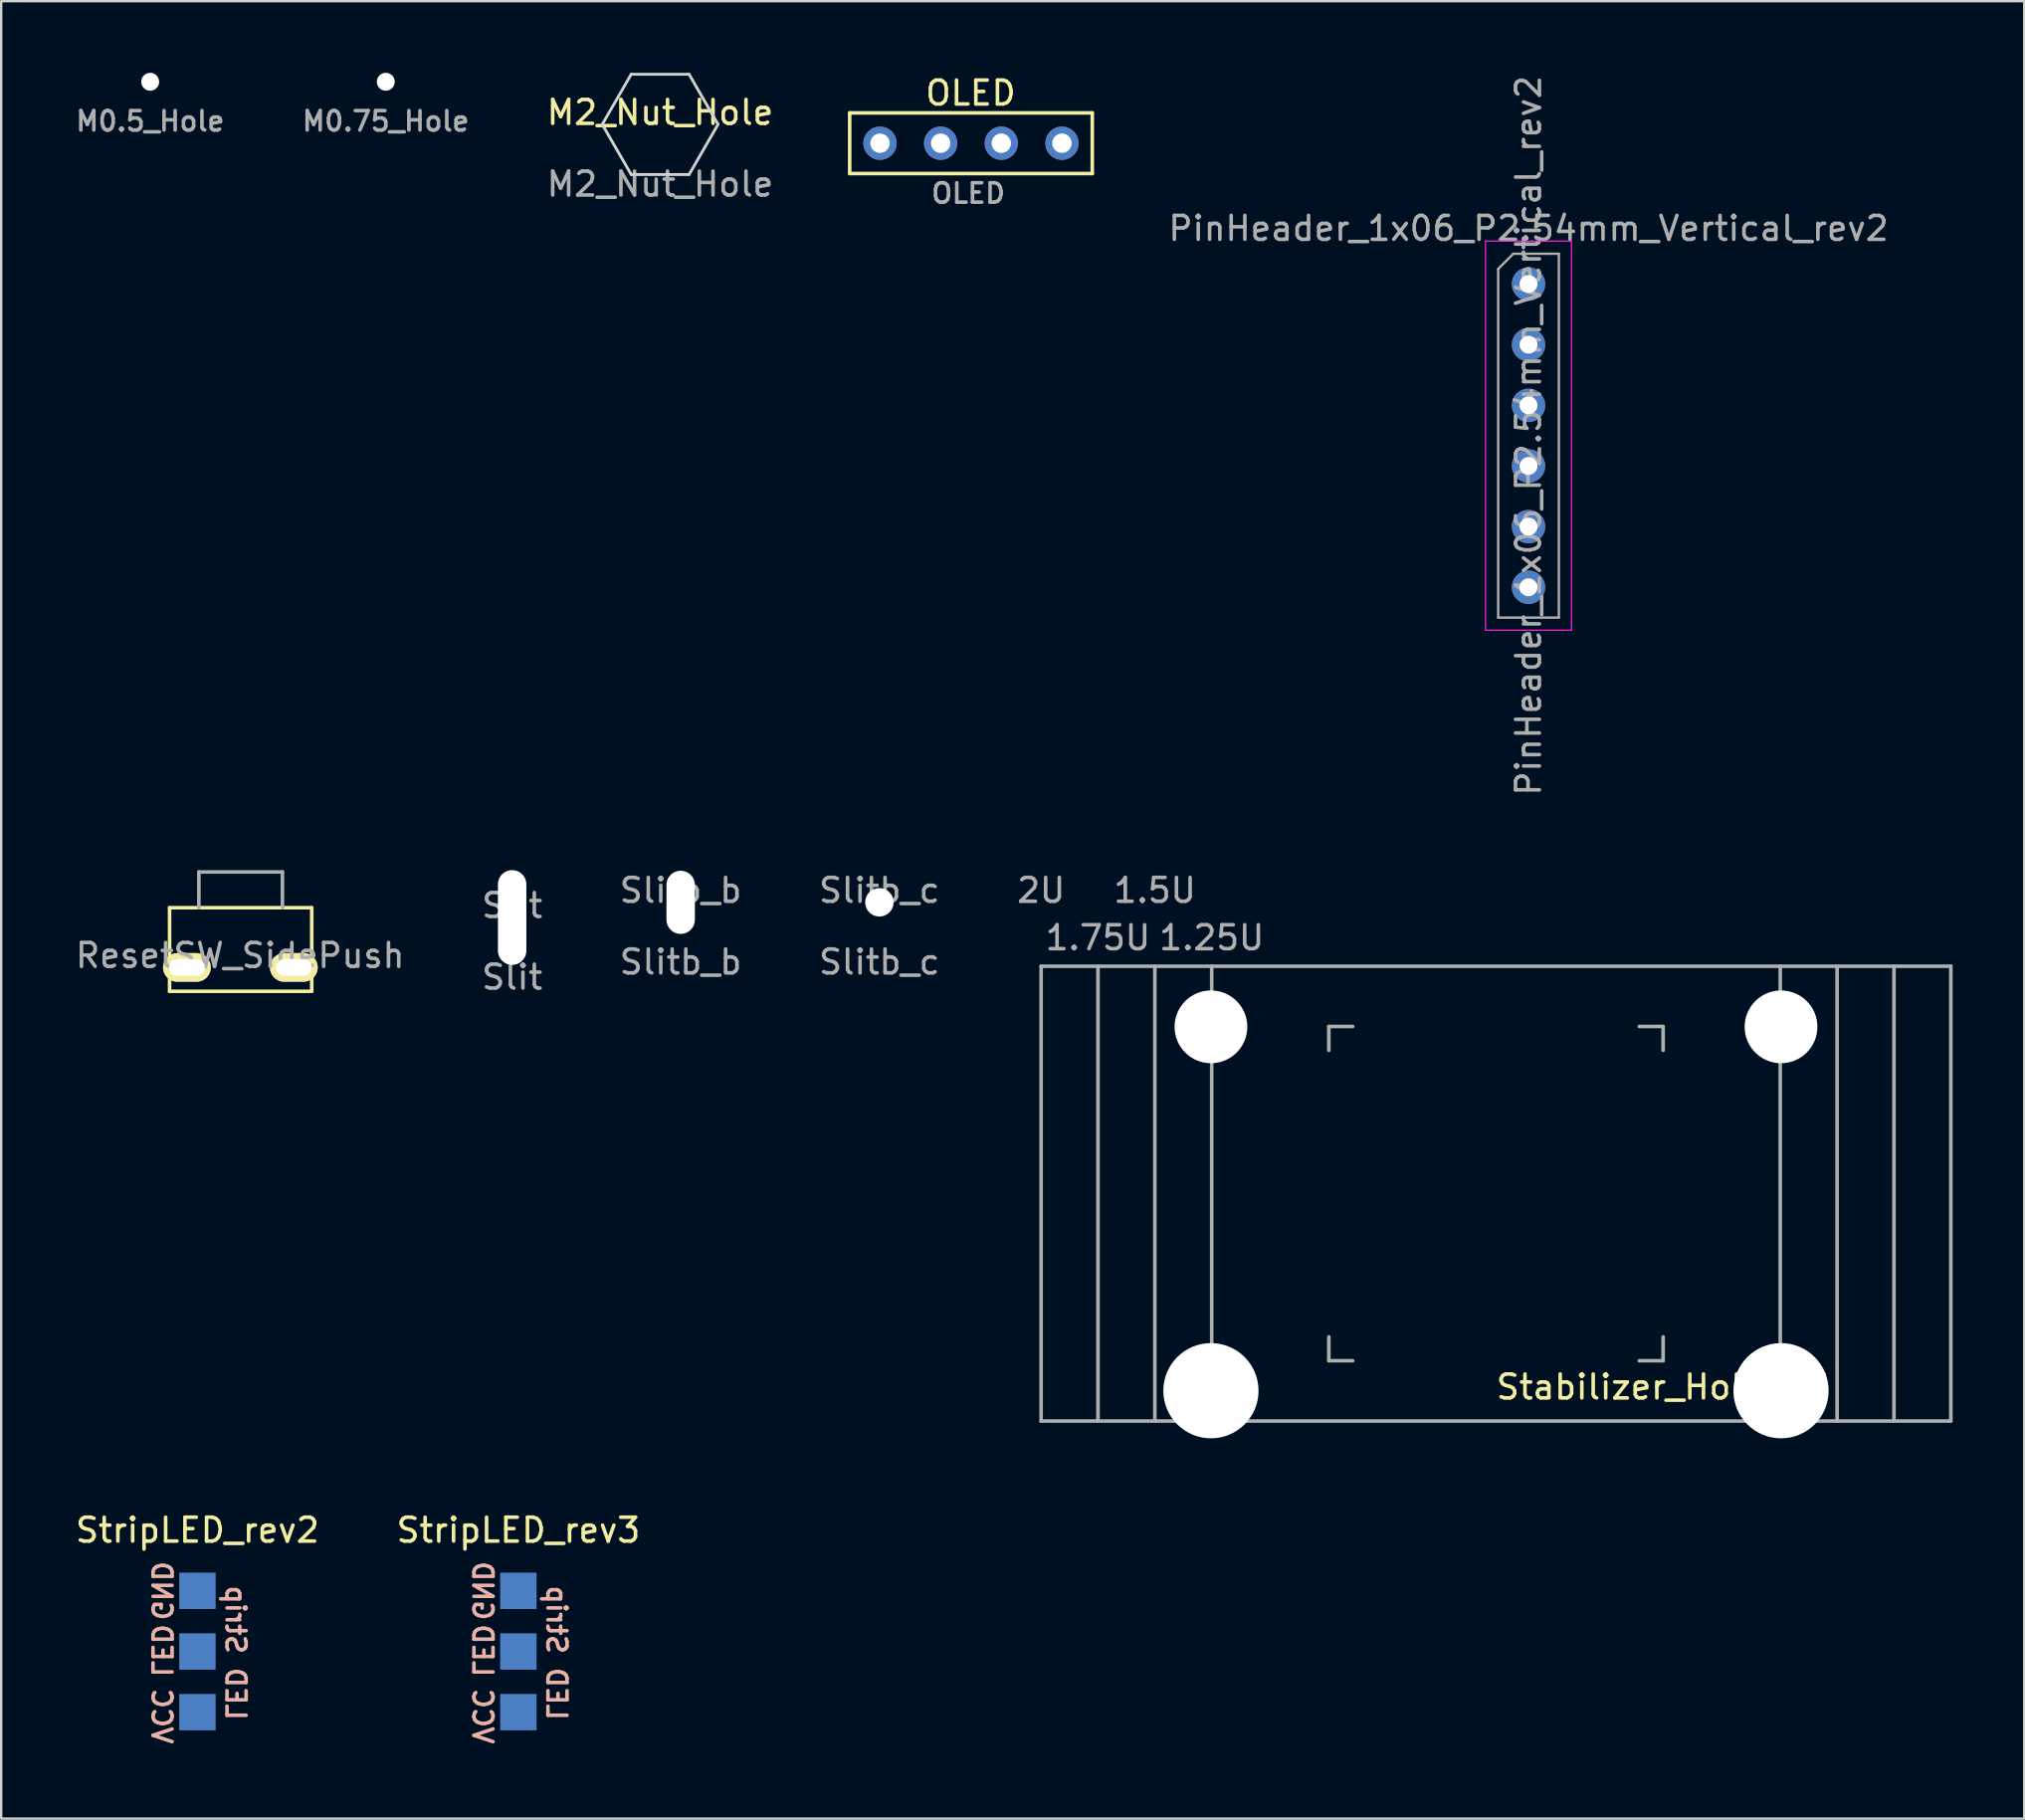
<source format=kicad_pcb>
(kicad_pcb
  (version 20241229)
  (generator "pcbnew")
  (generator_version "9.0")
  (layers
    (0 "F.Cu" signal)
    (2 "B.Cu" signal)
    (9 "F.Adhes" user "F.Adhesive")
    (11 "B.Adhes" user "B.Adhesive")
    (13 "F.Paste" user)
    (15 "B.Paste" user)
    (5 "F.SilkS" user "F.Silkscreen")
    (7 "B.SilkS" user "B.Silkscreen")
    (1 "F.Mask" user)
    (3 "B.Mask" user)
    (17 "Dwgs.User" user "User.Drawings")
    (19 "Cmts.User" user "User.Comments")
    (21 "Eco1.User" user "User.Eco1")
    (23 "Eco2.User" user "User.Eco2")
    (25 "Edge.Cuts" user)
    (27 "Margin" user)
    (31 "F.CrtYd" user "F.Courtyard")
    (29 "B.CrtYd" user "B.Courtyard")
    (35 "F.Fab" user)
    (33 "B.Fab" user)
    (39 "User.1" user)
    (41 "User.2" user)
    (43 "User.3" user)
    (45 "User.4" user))
  (footprint "PinHeader_1x06_P2.54mm_Vertical_rev2"
    (layer "F.Cu")
    (at 60.967 8.846)
    (property "Reference" "PinHeader_1x06_P2.54mm_Vertical_rev2" (at 0 -2.33 0) (layer "F.Fab") (effects (font (size 1 1) (thickness 0.15))))
    (fp_line (start -1.8 -1.8) (end -1.8 14.5) (stroke (width 0.05) (type solid)) (layer "F.CrtYd"))
    (fp_line (start -1.8 14.5) (end 1.8 14.5) (stroke (width 0.05) (type solid)) (layer "F.CrtYd"))
    (fp_line (start 1.8 -1.8) (end -1.8 -1.8) (stroke (width 0.05) (type solid)) (layer "F.CrtYd"))
    (fp_line (start 1.8 14.5) (end 1.8 -1.8) (stroke (width 0.05) (type solid)) (layer "F.CrtYd"))
    (fp_line (start -1.27 -0.635) (end -0.635 -1.27) (stroke (width 0.1) (type solid)) (layer "F.Fab"))
    (fp_line (start -1.27 13.97) (end -1.27 -0.635) (stroke (width 0.1) (type solid)) (layer "F.Fab"))
    (fp_line (start -0.635 -1.27) (end 1.27 -1.27) (stroke (width 0.1) (type solid)) (layer "F.Fab"))
    (fp_line (start 1.27 -1.27) (end 1.27 13.97) (stroke (width 0.1) (type solid)) (layer "F.Fab"))
    (fp_line (start 1.27 13.97) (end -1.27 13.97) (stroke (width 0.1) (type solid)) (layer "F.Fab"))
    (fp_text user "${REFERENCE}" (at 0 6.35 90) (layer "F.Fab") (effects (font (size 1 1) (thickness 0.15))))
    (pad "1" thru_hole circle (at 0 0) (size 1.4 1.4) (drill 0.75) (layers "*.Cu" "*.Mask"))
    (pad "2" thru_hole circle (at 0 2.54) (size 1.4 1.4) (drill 0.75) (layers "*.Cu" "*.Mask"))
    (pad "3" thru_hole circle (at 0 5.08) (size 1.4 1.4) (drill 0.75) (layers "*.Cu" "*.Mask"))
    (pad "4" thru_hole circle (at 0 7.62) (size 1.4 1.4) (drill 0.75) (layers "*.Cu" "*.Mask"))
    (pad "5" thru_hole circle (at 0 10.16) (size 1.4 1.4) (drill 0.75) (layers "*.Cu" "*.Mask"))
    (pad "6" thru_hole circle (at 0 12.7) (size 1.4 1.4) (drill 0.75) (layers "*.Cu" "*.Mask")))
  (footprint "OLED"
    (layer "F.Cu")
    (at 33.806 2.948)
    (property "Reference" "OLED" (at 3.7 2.1 180) (layer "F.Fab") (effects (font (size 0.813 0.813) (thickness 0.15))))
    (attr through_hole)
    (fp_line (start -1.27 -1.27) (end 8.89 -1.27) (stroke (width 0.15) (type solid)) (layer "F.SilkS"))
    (fp_line (start -1.27 1.27) (end -1.27 -1.27) (stroke (width 0.15) (type solid)) (layer "F.SilkS"))
    (fp_line (start -1.27 1.27) (end 8.89 1.27) (stroke (width 0.15) (type solid)) (layer "F.SilkS"))
    (fp_line (start 8.89 -1.27) (end 8.89 1.27) (stroke (width 0.15) (type solid)) (layer "F.SilkS"))
    (fp_text user "OLED" (at 3.8 -2.1 0) (layer "F.SilkS") (effects (font (size 1 1) (thickness 0.15))))
    (pad "1" thru_hole circle (at 0 0) (size 1.397 1.397) (drill 0.813) (layers "*.Cu" "*.Mask"))
    (pad "2" thru_hole circle (at 2.54 0) (size 1.397 1.397) (drill 0.813) (layers "*.Cu" "*.Mask"))
    (pad "3" thru_hole circle (at 5.08 0) (size 1.397 1.397) (drill 0.813) (layers "*.Cu" "*.Mask"))
    (pad "4" thru_hole circle (at 7.62 0) (size 1.397 1.397) (drill 0.813) (layers "*.Cu" "*.Mask")))
  (footprint "Slit"
    (layer "F.Cu")
    (at 18.399 35.377)
    (property "Reference" "Slit" (at 0 -0.5 0) (unlocked yes) (layer "F.Fab") (effects (font (size 1 1) (thickness 0.15))))
    (fp_text user "${REFERENCE}" (at 0 2.5 0) (unlocked yes) (layer "F.Fab") (effects (font (size 1 1) (thickness 0.15))))
    (pad "" np_thru_hole oval (at 0 0) (size 1.191 3.969) (drill oval 1.191 3.969) (layers "*.Cu" "*.Mask")))
  (footprint "Slitb_c"
    (layer "F.Cu")
    (at 33.78 34.741)
    (property "Reference" "Slitb_c" (at 0 -0.5 0) (unlocked yes) (layer "F.Fab") (effects (font (size 1 1) (thickness 0.15))))
    (fp_text user "${REFERENCE}" (at 0 2.5 0) (unlocked yes) (layer "F.Fab") (effects (font (size 1 1) (thickness 0.15))))
    (pad "" np_thru_hole circle (at 0 0) (size 1.191 1.191) (drill 1.191) (layers "*.Cu" "*.Mask")))
  (footprint "StripLED_rev2"
    (layer "F.Cu")
    (at 5.22 63.578)
    (property "Reference" "StripLED_rev2" (at 0 -2.54 0) (layer "F.SilkS") (effects (font (size 1 1) (thickness 0.15))))
    (attr through_hole)
    (fp_text user "LED Strip" (at 1.6 2.6 270) (unlocked yes) (layer "B.SilkS") (effects (font (size 0.8 0.8) (thickness 0.15)) (justify mirror)))
    (fp_text user "GND" (at -1.5 0 270) (unlocked yes) (layer "B.SilkS") (effects (font (size 0.8 0.8) (thickness 0.15)) (justify mirror)))
    (fp_text user "LED" (at -1.5 2.5 270) (unlocked yes) (layer "B.SilkS") (effects (font (size 0.8 0.8) (thickness 0.15)) (justify mirror)))
    (fp_text user "VCC" (at -1.5 5.25 270) (unlocked yes) (layer "B.SilkS") (effects (font (size 0.8 0.8) (thickness 0.15)) (justify mirror)))
    (pad "1" smd rect (at 0 5.08) (size 1.524 1.524) (layers "B.Cu" "B.Mask" "B.Paste"))
    (pad "2" smd rect (at 0 2.54) (size 1.524 1.524) (layers "B.Cu" "B.Mask" "B.Paste"))
    (pad "3" smd rect (at 0 0) (size 1.524 1.524) (layers "B.Cu" "B.Mask" "B.Paste")))
  (footprint "ResetSW_SidePush"
    (layer "F.Cu")
    (at 7.029 37.468)
    (property "Reference" "ResetSW_SidePush" (at -0.023 -0.5 0) (unlocked yes) (layer "F.Fab") (effects (font (size 1 1) (thickness 0.15))))
    (fp_line (start -2.977 -2.5) (end 2.977 -2.5) (stroke (width 0.15) (type solid)) (layer "F.SilkS"))
    (fp_line (start -2.977 1) (end -2.977 -2.5) (stroke (width 0.15) (type solid)) (layer "F.SilkS"))
    (fp_line (start 2.977 -2.5) (end 2.977 1) (stroke (width 0.15) (type solid)) (layer "F.SilkS"))
    (fp_line (start 2.977 1) (end -2.977 1) (stroke (width 0.15) (type solid)) (layer "F.SilkS"))
    (fp_line (start -1.75 -4) (end 1.75 -4) (stroke (width 0.15) (type solid)) (layer "F.Fab"))
    (fp_line (start -1.75 -2.5) (end -1.75 -4) (stroke (width 0.15) (type solid)) (layer "F.Fab"))
    (fp_line (start 1.75 -4) (end 1.75 -2.5) (stroke (width 0.15) (type solid)) (layer "F.Fab"))
    (pad "1" thru_hole oval (at 2.227 0) (size 2 1.2) (drill oval 1.5 0.7) (layers "*.Cu" "*.Mask" "F.SilkS"))
    (pad "2" thru_hole oval (at -2.25 0) (size 2 1.2) (drill oval 1.5 0.7) (layers "*.Cu" "*.Mask" "F.SilkS")))
  (footprint "Stabilizer_Hole_2U"
    (layer "F.Cu")
    (at 59.604 46.941)
    (property "Reference" "Stabilizer_Hole_2U" (at 7 8.1 0) (layer "F.SilkS") (effects (font (size 1 1) (thickness 0.15))))
    (attr through_hole)
    (fp_line (start -19.05 -9.525) (end -19.05 9.525) (stroke (width 0.15) (type solid)) (layer "F.Fab"))
    (fp_line (start -19.05 -9.525) (end 19.05 -9.525) (stroke (width 0.15) (type solid)) (layer "F.Fab"))
    (fp_line (start -19.05 9.525) (end 19.05 9.525) (stroke (width 0.15) (type solid)) (layer "F.Fab"))
    (fp_line (start -16.669 -9.525) (end -16.669 9.525) (stroke (width 0.15) (type solid)) (layer "F.Fab"))
    (fp_line (start -14.287 -9.525) (end -14.287 9.525) (stroke (width 0.15) (type solid)) (layer "F.Fab"))
    (fp_line (start -11.906 -9.525) (end -11.906 9.525) (stroke (width 0.15) (type solid)) (layer "F.Fab"))
    (fp_line (start -7 -7) (end -7 -6) (stroke (width 0.15) (type solid)) (layer "F.Fab"))
    (fp_line (start -7 6) (end -7 7) (stroke (width 0.15) (type solid)) (layer "F.Fab"))
    (fp_line (start -7 7) (end -6 7) (stroke (width 0.15) (type solid)) (layer "F.Fab"))
    (fp_line (start -6 -7) (end -7 -7) (stroke (width 0.15) (type solid)) (layer "F.Fab"))
    (fp_line (start 6 -7) (end 7 -7) (stroke (width 0.15) (type solid)) (layer "F.Fab"))
    (fp_line (start 6 7) (end 7 7) (stroke (width 0.15) (type solid)) (layer "F.Fab"))
    (fp_line (start 7 -7) (end 7 -6) (stroke (width 0.15) (type solid)) (layer "F.Fab"))
    (fp_line (start 7 7) (end 7 6) (stroke (width 0.15) (type solid)) (layer "F.Fab"))
    (fp_line (start 11.906 -9.525) (end 11.906 9.525) (stroke (width 0.15) (type solid)) (layer "F.Fab"))
    (fp_line (start 14.287 -9.525) (end 14.287 9.525) (stroke (width 0.15) (type solid)) (layer "F.Fab"))
    (fp_line (start 16.669 -9.525) (end 16.669 9.525) (stroke (width 0.15) (type solid)) (layer "F.Fab"))
    (fp_line (start 19.05 -9.525) (end 19.05 9.525) (stroke (width 0.15) (type solid)) (layer "F.Fab"))
    (fp_text user "2U" (at -19.05 -12.7 0) (layer "F.Fab") (effects (font (size 1 1) (thickness 0.15))))
    (fp_text user "1.5U" (at -14.287 -12.7 0) (layer "F.Fab") (effects (font (size 1 1) (thickness 0.15))))
    (fp_text user "1.25U" (at -11.906 -10.716 0) (layer "F.Fab") (effects (font (size 1 1) (thickness 0.15))))
    (fp_text user "1.75U" (at -16.669 -10.716 0) (layer "F.Fab") (effects (font (size 1 1) (thickness 0.15))))
    (pad "" np_thru_hole circle (at -11.938 -6.985) (size 3.048 3.048) (drill 3.048) (layers "*.Cu" "*.Mask"))
    (pad "" np_thru_hole circle (at -11.938 8.255) (size 3.988 3.988) (drill 3.988) (layers "*.Cu" "*.Mask"))
    (pad "" np_thru_hole circle (at 11.938 -6.985) (size 3.048 3.048) (drill 3.048) (layers "*.Cu" "*.Mask"))
    (pad "" np_thru_hole circle (at 11.938 8.255) (size 3.988 3.988) (drill 3.988) (layers "*.Cu" "*.Mask")))
  (footprint "Slitb_b"
    (layer "F.Cu")
    (at 25.458 34.741)
    (property "Reference" "Slitb_b" (at 0 -0.5 0) (unlocked yes) (layer "F.Fab") (effects (font (size 1 1) (thickness 0.15))))
    (fp_text user "${REFERENCE}" (at 0 2.5 0) (unlocked yes) (layer "F.Fab") (effects (font (size 1 1) (thickness 0.15))))
    (pad "" np_thru_hole oval (at 0 0) (size 1.191 2.646) (drill oval 1.191 2.646) (layers "*.Cu" "*.Mask")))
  (footprint "StripLED_rev3"
    (layer "F.Cu")
    (at 18.661 66.118)
    (property "Reference" "StripLED_rev3" (at 0 -5.08 0) (layer "F.SilkS") (effects (font (size 1 1) (thickness 0.15))))
    (attr through_hole)
    (fp_text user "VCC" (at -1.5 2.71 270) (unlocked yes) (layer "B.SilkS") (effects (font (size 0.8 0.8) (thickness 0.15)) (justify mirror)))
    (fp_text user "GND" (at -1.5 -2.54 270) (unlocked yes) (layer "B.SilkS") (effects (font (size 0.8 0.8) (thickness 0.15)) (justify mirror)))
    (fp_text user "LED" (at -1.5 -0.04 270) (unlocked yes) (layer "B.SilkS") (effects (font (size 0.8 0.8) (thickness 0.15)) (justify mirror)))
    (fp_text user "LED Strip" (at 1.6 0.06 270) (unlocked yes) (layer "B.SilkS") (effects (font (size 0.8 0.8) (thickness 0.15)) (justify mirror)))
    (pad "1" smd rect (at 0 2.54) (size 1.524 1.524) (layers "B.Cu" "B.Mask" "B.Paste"))
    (pad "2" smd rect (at 0 0) (size 1.524 1.524) (layers "B.Cu" "B.Mask" "B.Paste"))
    (pad "3" smd rect (at 0 -2.54) (size 1.524 1.524) (layers "B.Cu" "B.Mask" "B.Paste")))
  (footprint "M0.5_Hole"
    (layer "F.Cu")
    (at 3.24 0.375)
    (property "Reference" "M0.5_Hole" (at 0 1.651 0) (layer "F.Fab") (effects (font (size 0.813 0.813) (thickness 0.15))))
    (attr through_hole)
    (pad "" np_thru_hole circle (at 0 0) (size 0.75 0.75) (drill 0.75) (layers "*.Cu" "*.Mask")))
  (footprint "M2_Nut_Hole"
    (layer "F.Cu")
    (at 24.598 2.16)
    (property "Reference" "M2_Nut_Hole" (at 0 -0.5 0) (unlocked yes) (layer "F.SilkS") (effects (font (size 1 1) (thickness 0.15))))
    (fp_line (start -2.425 0) (end -1.212 -2.1) (stroke (width 0.12) (type solid)) (layer "Edge.Cuts"))
    (fp_line (start -1.212 -2.1) (end 1.212 -2.1) (stroke (width 0.12) (type solid)) (layer "Edge.Cuts"))
    (fp_line (start -1.212 2.1) (end -2.425 0) (stroke (width 0.12) (type solid)) (layer "Edge.Cuts"))
    (fp_line (start -1.212 2.1) (end 1.212 2.1) (stroke (width 0.12) (type solid)) (layer "Edge.Cuts"))
    (fp_line (start 1.212 2.1) (end 2.425 0) (stroke (width 0.12) (type solid)) (layer "Edge.Cuts"))
    (fp_line (start 2.425 0) (end 1.212 -2.1) (stroke (width 0.12) (type solid)) (layer "Edge.Cuts"))
    (fp_text user "${REFERENCE}" (at 0 2.5 0) (unlocked yes) (layer "F.Fab") (effects (font (size 1 1) (thickness 0.15)))))
  (footprint "M0.75_Hole"
    (layer "F.Cu")
    (at 13.107 0.375)
    (property "Reference" "M0.75_Hole" (at 0 1.651 0) (layer "F.Fab") (effects (font (size 0.813 0.813) (thickness 0.15))))
    (attr through_hole)
    (pad "" np_thru_hole circle (at 0 0) (size 0.75 0.75) (drill 0.75) (layers "*.Cu" "*.Mask")))
  (gr_rect
    (start -3 -3)
    (end 81.729 73.116)
    (stroke (width 0.1) (type default))
    (fill no)
    (layer "Edge.Cuts")))
</source>
